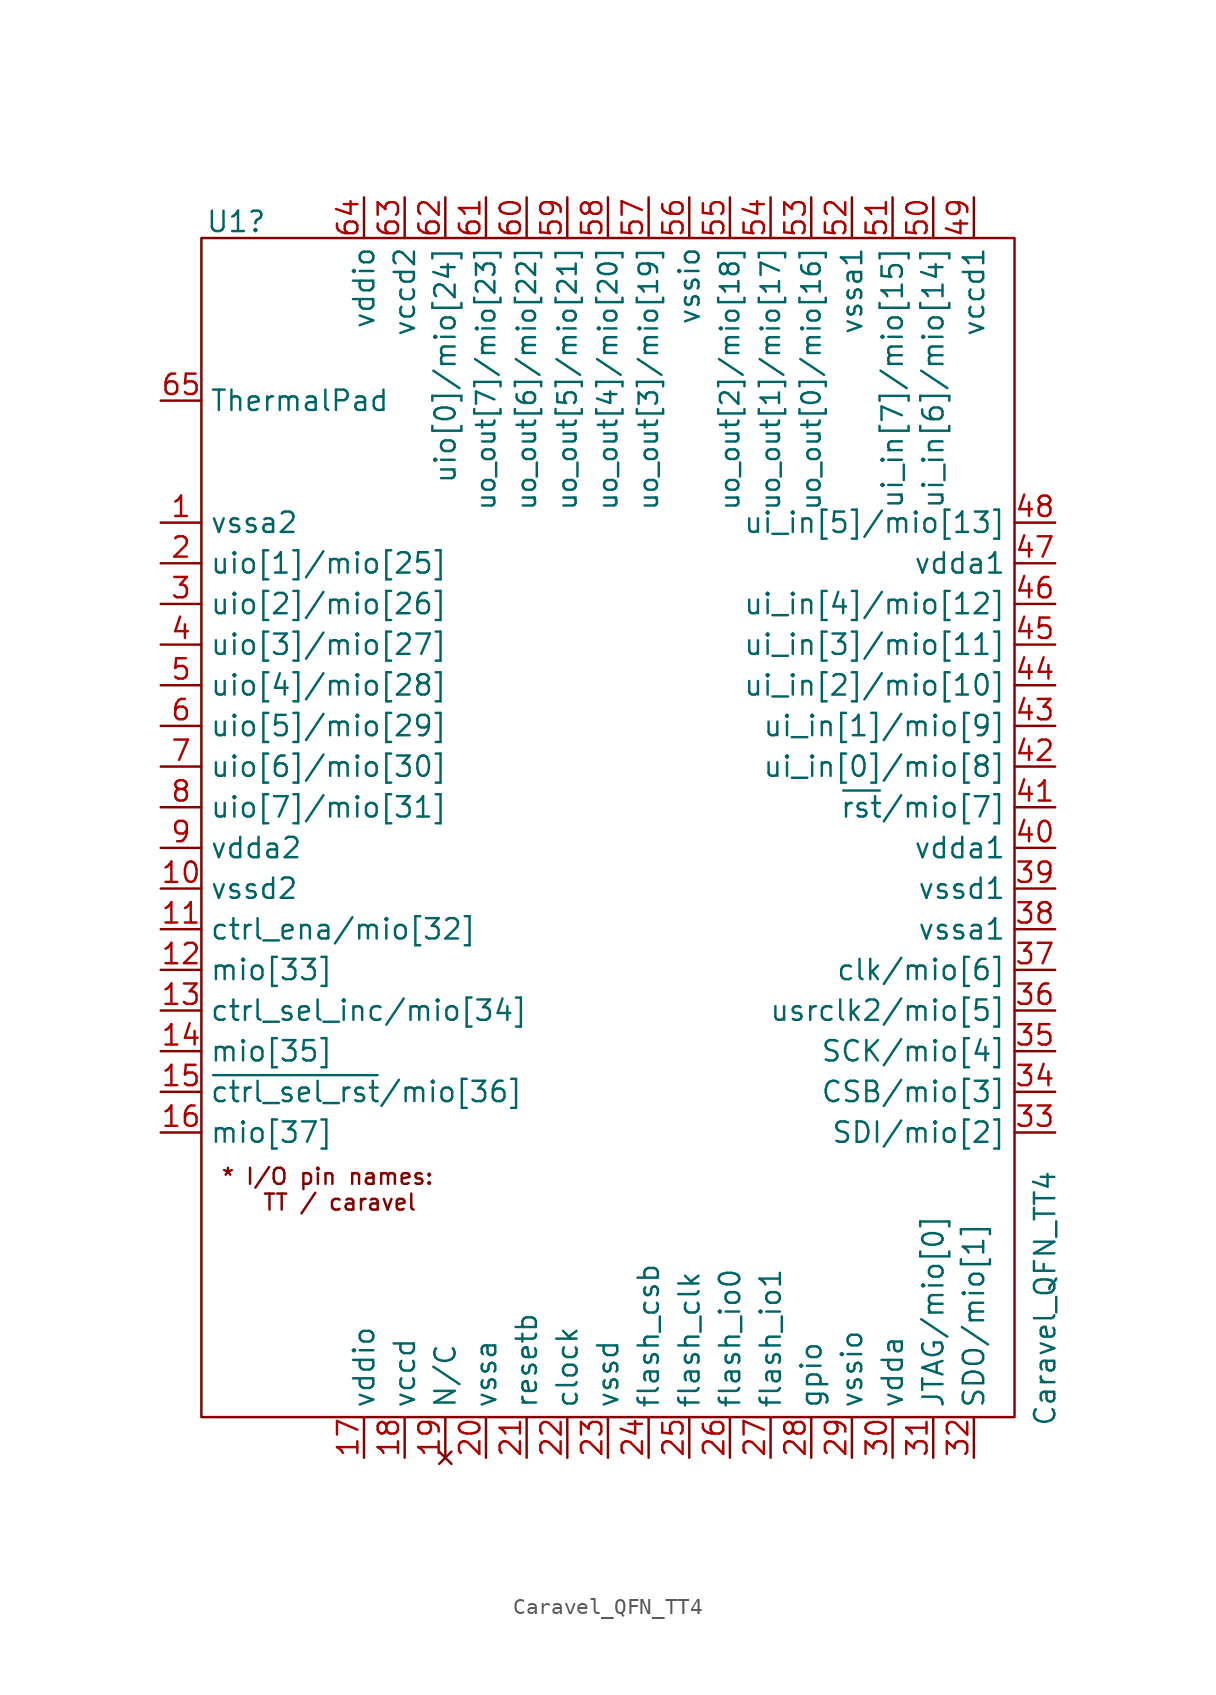
<source format=kicad_sym>
(kicad_symbol_lib
  (version 20231120)
  (generator "kicad_symbol_editor")
  (generator_version "8.0")
  (symbol "Caravel_QFN_TT4"
    (property "Reference" "U1"
      (at -26.416 41.656 0)
      (effects (font (size 1.27 1.27)) (justify left)))
    (property "Value" "Caravel_QFN_TT4"
      (at 26.035 -33.655 90)
      (effects (font (size 1.27 1.27)) (justify left)))
    (symbol "Caravel_QFN_TT4_0_1"
      (rectangle (start -26.67 40.64) (end 24.13 -33.02) (stroke (width 0) (type default)) (fill (type none))))
    (symbol "Caravel_QFN_TT4_1_1"
      (text "* I/O pin names:\n  TT / caravel" (at -18.796 -18.796 0) (effects (font (size 1 1))))
      (pin power_in line (at -29.21 22.86 0) (length 2.54) (name "vssa2" (effects (font (size 1.27 1.27)))) (number "1" (effects (font (size 1.27 1.27)))))
      (pin power_in line (at -29.21 0 0) (length 2.54) (name "vssd2" (effects (font (size 1.27 1.27)))) (number "10" (effects (font (size 1.27 1.27)))))
      (pin bidirectional line (at -29.21 -2.54 0) (length 2.54) (name "ctrl_ena/mio[32]" (effects (font (size 1.27 1.27)))) (number "11" (effects (font (size 1.27 1.27)))))
      (pin bidirectional line (at -29.21 -5.08 0) (length 2.54) (name "mio[33]" (effects (font (size 1.27 1.27)))) (number "12" (effects (font (size 1.27 1.27)))))
      (pin bidirectional line (at -29.21 -7.62 0) (length 2.54) (name "ctrl_sel_inc/mio[34]" (effects (font (size 1.27 1.27)))) (number "13" (effects (font (size 1.27 1.27)))))
      (pin bidirectional line (at -29.21 -10.16 0) (length 2.54) (name "mio[35]" (effects (font (size 1.27 1.27)))) (number "14" (effects (font (size 1.27 1.27)))))
      (pin bidirectional line (at -29.21 -12.7 0) (length 2.54) (name "~{ctrl_sel_rst}/mio[36]" (effects (font (size 1.27 1.27)))) (number "15" (effects (font (size 1.27 1.27)))))
      (pin bidirectional line (at -29.21 -15.24 0) (length 2.54) (name "mio[37]" (effects (font (size 1.27 1.27)))) (number "16" (effects (font (size 1.27 1.27)))))
      (pin power_in line (at -16.51 -35.56 90) (length 2.54) (name "vddio" (effects (font (size 1.27 1.27)))) (number "17" (effects (font (size 1.27 1.27)))))
      (pin power_in line (at -13.97 -35.56 90) (length 2.54) (name "vccd" (effects (font (size 1.27 1.27)))) (number "18" (effects (font (size 1.27 1.27)))))
      (pin no_connect line (at -11.43 -35.56 90) (length 2.54) (name "N/C" (effects (font (size 1.27 1.27)))) (number "19" (effects (font (size 1.27 1.27)))))
      (pin bidirectional line (at -29.21 20.32 0) (length 2.54) (name "uio[1]/mio[25]" (effects (font (size 1.27 1.27)))) (number "2" (effects (font (size 1.27 1.27)))))
      (pin power_in line (at -8.89 -35.56 90) (length 2.54) (name "vssa" (effects (font (size 1.27 1.27)))) (number "20" (effects (font (size 1.27 1.27)))))
      (pin input line (at -6.35 -35.56 90) (length 2.54) (name "resetb" (effects (font (size 1.27 1.27)))) (number "21" (effects (font (size 1.27 1.27)))))
      (pin input line (at -3.81 -35.56 90) (length 2.54) (name "clock" (effects (font (size 1.27 1.27)))) (number "22" (effects (font (size 1.27 1.27)))))
      (pin power_in line (at -1.27 -35.56 90) (length 2.54) (name "vssd" (effects (font (size 1.27 1.27)))) (number "23" (effects (font (size 1.27 1.27)))))
      (pin output line (at 1.27 -35.56 90) (length 2.54) (name "flash_csb" (effects (font (size 1.27 1.27)))) (number "24" (effects (font (size 1.27 1.27)))))
      (pin output line (at 3.81 -35.56 90) (length 2.54) (name "flash_clk" (effects (font (size 1.27 1.27)))) (number "25" (effects (font (size 1.27 1.27)))))
      (pin bidirectional line (at 6.35 -35.56 90) (length 2.54) (name "flash_io0" (effects (font (size 1.27 1.27)))) (number "26" (effects (font (size 1.27 1.27)))))
      (pin bidirectional line (at 8.89 -35.56 90) (length 2.54) (name "flash_io1" (effects (font (size 1.27 1.27)))) (number "27" (effects (font (size 1.27 1.27)))))
      (pin bidirectional line (at 11.43 -35.56 90) (length 2.54) (name "gpio" (effects (font (size 1.27 1.27)))) (number "28" (effects (font (size 1.27 1.27)))))
      (pin power_in line (at 13.97 -35.56 90) (length 2.54) (name "vssio" (effects (font (size 1.27 1.27)))) (number "29" (effects (font (size 1.27 1.27)))))
      (pin bidirectional line (at -29.21 17.78 0) (length 2.54) (name "uio[2]/mio[26]" (effects (font (size 1.27 1.27)))) (number "3" (effects (font (size 1.27 1.27)))))
      (pin power_in line (at 16.51 -35.56 90) (length 2.54) (name "vdda" (effects (font (size 1.27 1.27)))) (number "30" (effects (font (size 1.27 1.27)))))
      (pin bidirectional line (at 19.05 -35.56 90) (length 2.54) (name "JTAG/mio[0]" (effects (font (size 1.27 1.27)))) (number "31" (effects (font (size 1.27 1.27)))))
      (pin bidirectional line (at 21.59 -35.56 90) (length 2.54) (name "SDO/mio[1]" (effects (font (size 1.27 1.27)))) (number "32" (effects (font (size 1.27 1.27)))))
      (pin bidirectional line (at 26.67 -15.24 180) (length 2.54) (name "SDI/mio[2]" (effects (font (size 1.27 1.27)))) (number "33" (effects (font (size 1.27 1.27)))))
      (pin bidirectional line (at 26.67 -12.7 180) (length 2.54) (name "CSB/mio[3]" (effects (font (size 1.27 1.27)))) (number "34" (effects (font (size 1.27 1.27)))))
      (pin bidirectional line (at 26.67 -10.16 180) (length 2.54) (name "SCK/mio[4]" (effects (font (size 1.27 1.27)))) (number "35" (effects (font (size 1.27 1.27)))))
      (pin bidirectional line (at 26.67 -7.62 180) (length 2.54) (name "usrclk2/mio[5]" (effects (font (size 1.27 1.27)))) (number "36" (effects (font (size 1.27 1.27)))))
      (pin bidirectional line (at 26.67 -5.08 180) (length 2.54) (name "clk/mio[6]" (effects (font (size 1.27 1.27)))) (number "37" (effects (font (size 1.27 1.27)))))
      (pin power_in line (at 26.67 -2.54 180) (length 2.54) (name "vssa1" (effects (font (size 1.27 1.27)))) (number "38" (effects (font (size 1.27 1.27)))))
      (pin power_in line (at 26.67 0 180) (length 2.54) (name "vssd1" (effects (font (size 1.27 1.27)))) (number "39" (effects (font (size 1.27 1.27)))))
      (pin bidirectional line (at -29.21 15.24 0) (length 2.54) (name "uio[3]/mio[27]" (effects (font (size 1.27 1.27)))) (number "4" (effects (font (size 1.27 1.27)))))
      (pin power_in line (at 26.67 2.54 180) (length 2.54) (name "vdda1" (effects (font (size 1.27 1.27)))) (number "40" (effects (font (size 1.27 1.27)))))
      (pin bidirectional line (at 26.67 5.08 180) (length 2.54) (name "~{rst}/mio[7]" (effects (font (size 1.27 1.27)))) (number "41" (effects (font (size 1.27 1.27)))))
      (pin bidirectional line (at 26.67 7.62 180) (length 2.54) (name "ui_in[0]/mio[8]" (effects (font (size 1.27 1.27)))) (number "42" (effects (font (size 1.27 1.27)))))
      (pin bidirectional line (at 26.67 10.16 180) (length 2.54) (name "ui_in[1]/mio[9]" (effects (font (size 1.27 1.27)))) (number "43" (effects (font (size 1.27 1.27)))))
      (pin bidirectional line (at 26.67 12.7 180) (length 2.54) (name "ui_in[2]/mio[10]" (effects (font (size 1.27 1.27)))) (number "44" (effects (font (size 1.27 1.27)))))
      (pin bidirectional line (at 26.67 15.24 180) (length 2.54) (name "ui_in[3]/mio[11]" (effects (font (size 1.27 1.27)))) (number "45" (effects (font (size 1.27 1.27)))))
      (pin bidirectional line (at 26.67 17.78 180) (length 2.54) (name "ui_in[4]/mio[12]" (effects (font (size 1.27 1.27)))) (number "46" (effects (font (size 1.27 1.27)))))
      (pin power_in line (at 26.67 20.32 180) (length 2.54) (name "vdda1" (effects (font (size 1.27 1.27)))) (number "47" (effects (font (size 1.27 1.27)))))
      (pin bidirectional line (at 26.67 22.86 180) (length 2.54) (name "ui_in[5]/mio[13]" (effects (font (size 1.27 1.27)))) (number "48" (effects (font (size 1.27 1.27)))))
      (pin power_in line (at 21.59 43.18 270) (length 2.54) (name "vccd1" (effects (font (size 1.27 1.27)))) (number "49" (effects (font (size 1.27 1.27)))))
      (pin bidirectional line (at -29.21 12.7 0) (length 2.54) (name "uio[4]/mio[28]" (effects (font (size 1.27 1.27)))) (number "5" (effects (font (size 1.27 1.27)))))
      (pin bidirectional line (at 19.05 43.18 270) (length 2.54) (name "ui_in[6]/mio[14]" (effects (font (size 1.27 1.27)))) (number "50" (effects (font (size 1.27 1.27)))))
      (pin bidirectional line (at 16.51 43.18 270) (length 2.54) (name "ui_in[7]/mio[15]" (effects (font (size 1.27 1.27)))) (number "51" (effects (font (size 1.27 1.27)))))
      (pin power_in line (at 13.97 43.18 270) (length 2.54) (name "vssa1" (effects (font (size 1.27 1.27)))) (number "52" (effects (font (size 1.27 1.27)))))
      (pin bidirectional line (at 11.43 43.18 270) (length 2.54) (name "uo_out[0]/mio[16]" (effects (font (size 1.15 1.15)))) (number "53" (effects (font (size 1.27 1.27)))))
      (pin bidirectional line (at 8.89 43.18 270) (length 2.54) (name "uo_out[1]/mio[17]" (effects (font (size 1.15 1.15)))) (number "54" (effects (font (size 1.27 1.27)))))
      (pin bidirectional line (at 6.35 43.18 270) (length 2.54) (name "uo_out[2]/mio[18]" (effects (font (size 1.15 1.15)))) (number "55" (effects (font (size 1.27 1.27)))))
      (pin power_in line (at 3.81 43.18 270) (length 2.54) (name "vssio" (effects (font (size 1.27 1.27)))) (number "56" (effects (font (size 1.27 1.27)))))
      (pin bidirectional line (at 1.27 43.18 270) (length 2.54) (name "uo_out[3]/mio[19]" (effects (font (size 1.15 1.15)))) (number "57" (effects (font (size 1.27 1.27)))))
      (pin bidirectional line (at -1.27 43.18 270) (length 2.54) (name "uo_out[4]/mio[20]" (effects (font (size 1.15 1.15)))) (number "58" (effects (font (size 1.27 1.27)))))
      (pin bidirectional line (at -3.81 43.18 270) (length 2.54) (name "uo_out[5]/mio[21]" (effects (font (size 1.15 1.15)))) (number "59" (effects (font (size 1.27 1.27)))))
      (pin bidirectional line (at -29.21 10.16 0) (length 2.54) (name "uio[5]/mio[29]" (effects (font (size 1.27 1.27)))) (number "6" (effects (font (size 1.27 1.27)))))
      (pin bidirectional line (at -6.35 43.18 270) (length 2.54) (name "uo_out[6]/mio[22]" (effects (font (size 1.15 1.15)))) (number "60" (effects (font (size 1.27 1.27)))))
      (pin bidirectional line (at -8.89 43.18 270) (length 2.54) (name "uo_out[7]/mio[23]" (effects (font (size 1.15 1.15)))) (number "61" (effects (font (size 1.27 1.27)))))
      (pin bidirectional line (at -11.43 43.18 270) (length 2.54) (name "uio[0]/mio[24]" (effects (font (size 1.27 1.27)))) (number "62" (effects (font (size 1.27 1.27)))))
      (pin power_in line (at -13.97 43.18 270) (length 2.54) (name "vccd2" (effects (font (size 1.27 1.27)))) (number "63" (effects (font (size 1.27 1.27)))))
      (pin power_in line (at -16.51 43.18 270) (length 2.54) (name "vddio" (effects (font (size 1.27 1.27)))) (number "64" (effects (font (size 1.27 1.27)))))
      (pin power_in line (at -29.21 30.48 0) (length 2.54) (name "ThermalPad" (effects (font (size 1.27 1.27)))) (number "65" (effects (font (size 1.27 1.27)))))
      (pin bidirectional line (at -29.21 7.62 0) (length 2.54) (name "uio[6]/mio[30]" (effects (font (size 1.27 1.27)))) (number "7" (effects (font (size 1.27 1.27)))))
      (pin bidirectional line (at -29.21 5.08 0) (length 2.54) (name "uio[7]/mio[31]" (effects (font (size 1.27 1.27)))) (number "8" (effects (font (size 1.27 1.27)))))
      (pin power_in line (at -29.21 2.54 0) (length 2.54) (name "vdda2" (effects (font (size 1.27 1.27)))) (number "9" (effects (font (size 1.27 1.27))))))))
</source>
